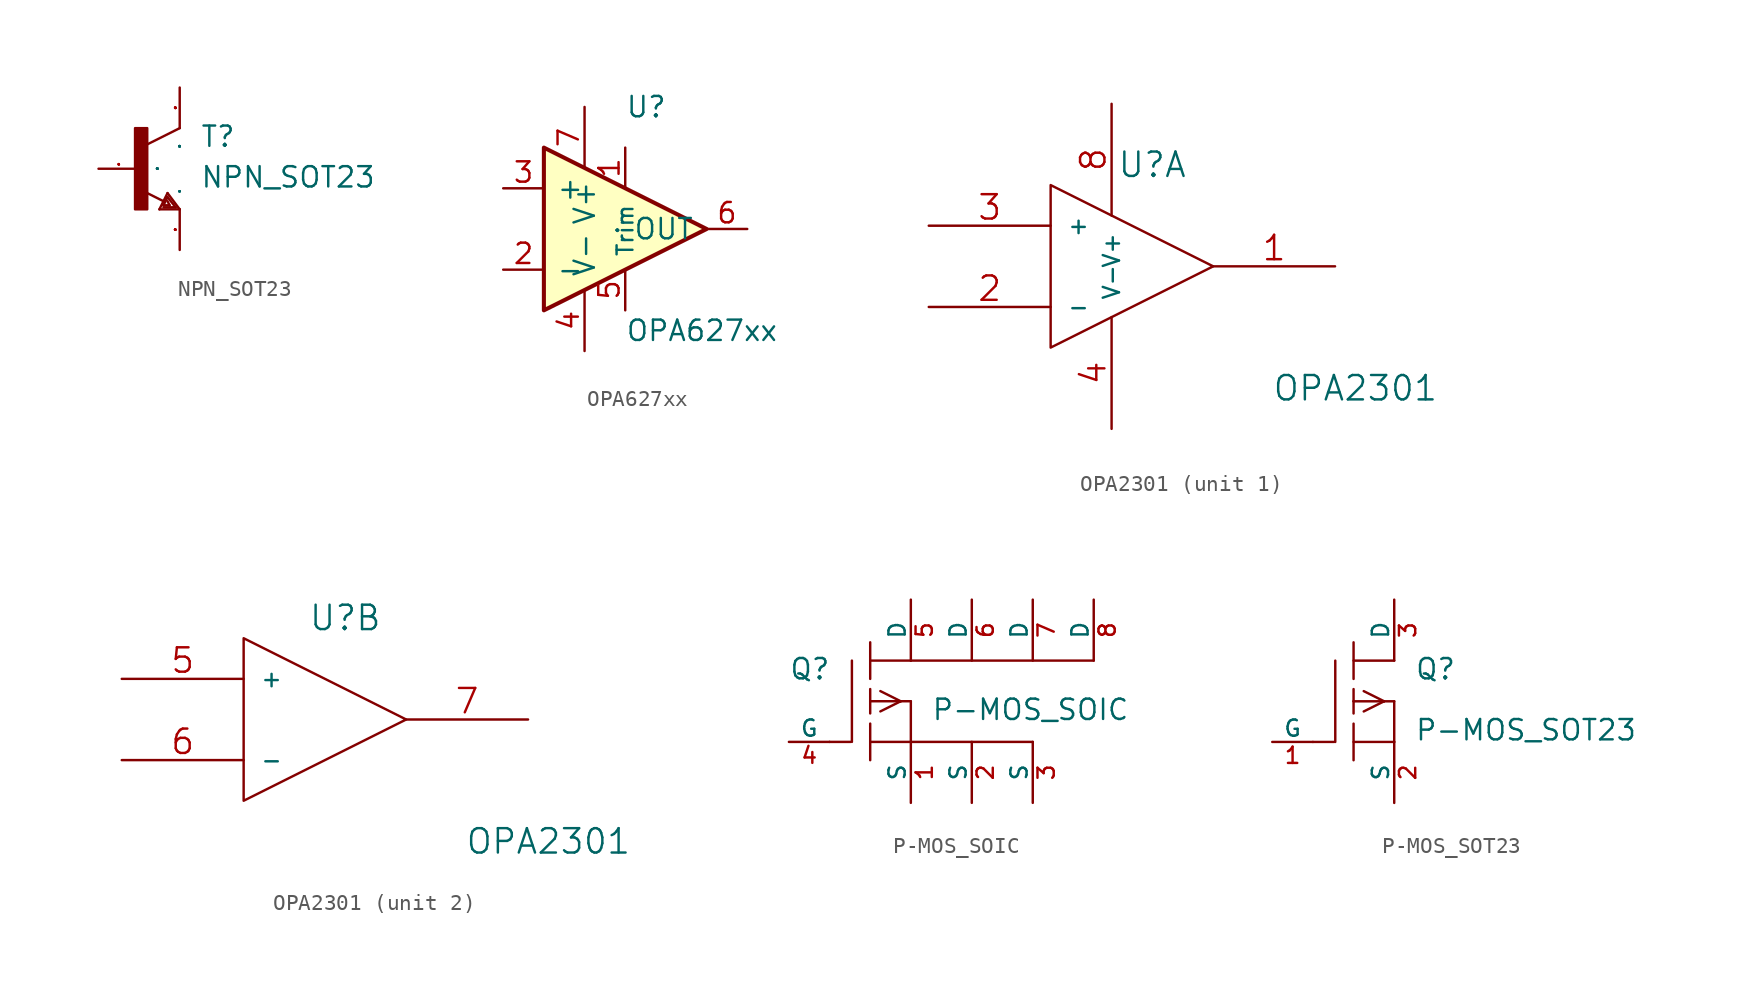
<source format=kicad_sym>
(kicad_symbol_lib
  (version 20211014)
  (generator kicad_symbol_editor)
  (symbol "NPN_SOT23"
    (pin_names
      (offset 1.016))
    (property "Reference" "T"
      (at 3.81 1.27 0)
      (effects (font (size 1.27 1.27)) (justify left bottom)))
    (property "Value" "NPN_SOT23"
      (at 3.81 -1.27 0)
      (effects (font (size 1.27 1.27)) (justify left bottom)))
    (property "Datasheet" ""
      (at 0 0 0)
      (effects (font (size 1.524 1.524))))
    (property "ki_locked" ""
      (at 0 0 0)
      (effects (font (size 1.27 1.27))))
    (symbol "NPN_SOT23_1_0"
      (polyline (pts (xy 1.27 -2.54) (xy 1.778 -1.524)) (stroke (width 0) (type default) (color 0 0 0 0)) (fill (type none)))
      (polyline (pts (xy 1.524 -2.413) (xy 2.286 -2.413)) (stroke (width 0) (type default) (color 0 0 0 0)) (fill (type none)))
      (polyline (pts (xy 1.524 -2.286) (xy 1.905 -2.286)) (stroke (width 0) (type default) (color 0 0 0 0)) (fill (type none)))
      (polyline (pts (xy 1.524 -2.032) (xy 0.305 -1.422)) (stroke (width 0) (type default) (color 0 0 0 0)) (fill (type none)))
      (polyline (pts (xy 1.778 -1.778) (xy 1.524 -2.286)) (stroke (width 0) (type default) (color 0 0 0 0)) (fill (type none)))
      (polyline (pts (xy 1.778 -1.524) (xy 2.54 -2.54)) (stroke (width 0) (type default) (color 0 0 0 0)) (fill (type none)))
      (polyline (pts (xy 1.905 -2.286) (xy 1.778 -2.032)) (stroke (width 0) (type default) (color 0 0 0 0)) (fill (type none)))
      (polyline (pts (xy 2.286 -2.413) (xy 1.778 -1.778)) (stroke (width 0) (type default) (color 0 0 0 0)) (fill (type none)))
      (polyline (pts (xy 2.54 -2.54) (xy 1.27 -2.54)) (stroke (width 0) (type default) (color 0 0 0 0)) (fill (type none)))
      (polyline (pts (xy 2.54 2.54) (xy 0.508 1.524)) (stroke (width 0) (type default) (color 0 0 0 0)) (fill (type none))))
    (symbol "NPN_SOT23_1_1"
      (rectangle (start -0.254 -2.54) (end 0.508 2.54) (stroke (width 0) (type default) (color 0 0 0 0)) (fill (type outline)))
      (pin passive line (at -2.54 0 0) (length 2.54) (name "B" (effects (font (size 0.025 0.025)))) (number "1" (effects (font (size 0.025 0.025)))))
      (pin passive line (at 2.54 -5.08 90) (length 2.54) (name "E" (effects (font (size 0.025 0.025)))) (number "2" (effects (font (size 0.025 0.025)))))
      (pin passive line (at 2.54 5.08 270) (length 2.54) (name "C" (effects (font (size 0.025 0.025)))) (number "3" (effects (font (size 0.025 0.025)))))))
  (symbol "OPA627xx"
    (pin_names
      (offset 0.762))
    (property "Reference" "U"
      (at 0 7.62 0)
      (effects (font (size 1.27 1.27)) (justify left)))
    (property "Value" "OPA627xx"
      (at 0 -6.35 0)
      (effects (font (size 1.27 1.27)) (justify left)))
    (symbol "OPA627xx_0_1"
      (polyline (pts (xy 5.08 0) (xy -5.08 5.08) (xy -5.08 -5.08) (xy 5.08 0)) (stroke (width 0.254) (type default) (color 0 0 0 0)) (fill (type background))))
    (symbol "OPA627xx_1_1"
      (pin passive line (at 0 5.08 270) (length 2.54) (name "~" (effects (font (size 0.991 0.991)))) (number "1" (effects (font (size 1.27 1.27)))))
      (pin input line (at -7.62 -2.54 0) (length 2.54) (name "-" (effects (font (size 1.27 1.27)))) (number "2" (effects (font (size 1.27 1.27)))))
      (pin input line (at -7.62 2.54 0) (length 2.54) (name "+" (effects (font (size 1.27 1.27)))) (number "3" (effects (font (size 1.27 1.27)))))
      (pin power_in line (at -2.54 -7.62 90) (length 3.81) (name "V-" (effects (font (size 1.27 1.27)))) (number "4" (effects (font (size 1.27 1.27)))))
      (pin passive line (at 0 -5.08 90) (length 2.54) (name "Trim" (effects (font (size 0.991 0.991)))) (number "5" (effects (font (size 1.27 1.27)))))
      (pin output line (at 7.62 0 180) (length 2.54) (name "OUT" (effects (font (size 1.27 1.27)))) (number "6" (effects (font (size 1.27 1.27)))))
      (pin power_in line (at -2.54 7.62 270) (length 3.81) (name "V+" (effects (font (size 1.27 1.27)))) (number "7" (effects (font (size 1.27 1.27)))))
      (pin passive line (at 2.54 3.81 270) (length 2.54) hide (name "NC" (effects (font (size 1.27 1.27)))) (number "8" (effects (font (size 1.27 1.27)))))))
  (symbol "OPA2301"
    (pin_names
      (offset 1.016))
    (property "Reference" "U"
      (at 1.27 6.35 0)
      (effects (font (size 1.524 1.524))))
    (property "Value" "OPA2301"
      (at 13.97 -7.62 0)
      (effects (font (size 1.524 1.524))))
    (property "Footprint" ""
      (at 0 0 0)
      (effects (font (size 1.524 1.524))))
    (property "Datasheet" ""
      (at 0 0 0)
      (effects (font (size 1.524 1.524))))
    (symbol "OPA2301_0_1"
      (polyline (pts (xy -5.08 5.08) (xy 5.08 0) (xy -5.08 -5.08) (xy -5.08 5.08)) (stroke (width 0) (type default) (color 0 0 0 0)) (fill (type none))))
    (symbol "OPA2301_1_1"
      (pin output line (at 12.7 0 180) (length 7.62) (name "~" (effects (font (size 1.016 1.016)))) (number "1" (effects (font (size 1.524 1.524)))))
      (pin input line (at -12.7 -2.54 0) (length 7.62) (name "-" (effects (font (size 1.016 1.016)))) (number "2" (effects (font (size 1.524 1.524)))))
      (pin input line (at -12.7 2.54 0) (length 7.62) (name "+" (effects (font (size 1.016 1.016)))) (number "3" (effects (font (size 1.524 1.524)))))
      (pin power_out line (at -1.27 -10.16 90) (length 6.985) (name "V-" (effects (font (size 1.016 1.016)))) (number "4" (effects (font (size 1.524 1.524)))))
      (pin power_in line (at -1.27 10.16 270) (length 6.985) (name "V+" (effects (font (size 1.016 1.016)))) (number "8" (effects (font (size 1.524 1.524))))))
    (symbol "OPA2301_2_1"
      (pin input line (at -12.7 2.54 0) (length 7.62) (name "+" (effects (font (size 1.016 1.016)))) (number "5" (effects (font (size 1.524 1.524)))))
      (pin input line (at -12.7 -2.54 0) (length 7.62) (name "-" (effects (font (size 1.016 1.016)))) (number "6" (effects (font (size 1.524 1.524)))))
      (pin output line (at 12.7 0 180) (length 7.62) (name "~" (effects (font (size 1.016 1.016)))) (number "7" (effects (font (size 1.524 1.524)))))))
  (symbol "P-MOS_SOIC"
    (pin_names
      (offset 0))
    (property "Reference" "Q"
      (at -5.08 1.27 0)
      (effects (font (size 1.27 1.27)) (justify left bottom)))
    (property "Value" "P-MOS_SOIC"
      (at 3.81 -1.27 0)
      (effects (font (size 1.27 1.27)) (justify left bottom)))
    (property "Datasheet" ""
      (at 0 0 0)
      (effects (font (size 1.524 1.524))))
    (symbol "P-MOS_SOIC_0_1"
      (polyline (pts (xy 0 -2.54) (xy 2.54 -2.54)) (stroke (width 0) (type default) (color 0 0 0 0)) (fill (type none)))
      (polyline (pts (xy 0 2.54) (xy 2.54 2.54)) (stroke (width 0) (type default) (color 0 0 0 0)) (fill (type none)))
      (polyline (pts (xy 2.54 -2.54) (xy 6.35 -2.54) (xy 10.16 -2.54)) (stroke (width 0) (type default) (color 0 0 0 0)) (fill (type none)))
      (polyline (pts (xy 2.54 2.54) (xy 6.35 2.54) (xy 10.16 2.54) (xy 13.97 2.54)) (stroke (width 0) (type default) (color 0 0 0 0)) (fill (type none))))
    (symbol "P-MOS_SOIC_1_0"
      (polyline (pts (xy -2.54 -2.54) (xy -1.219 -2.54)) (stroke (width 0) (type default) (color 0 0 0 0)) (fill (type none)))
      (polyline (pts (xy -1.143 2.54) (xy -1.143 -2.54)) (stroke (width 0) (type default) (color 0 0 0 0)) (fill (type none)))
      (polyline (pts (xy 0 -1.397) (xy 0 -3.683)) (stroke (width 0) (type default) (color 0 0 0 0)) (fill (type none)))
      (polyline (pts (xy 0 0) (xy 0 -0.762)) (stroke (width 0) (type default) (color 0 0 0 0)) (fill (type none)))
      (polyline (pts (xy 0 0) (xy 1.905 0)) (stroke (width 0) (type default) (color 0 0 0 0)) (fill (type none)))
      (polyline (pts (xy 0 0.762) (xy 0 0)) (stroke (width 0) (type default) (color 0 0 0 0)) (fill (type none)))
      (polyline (pts (xy 0 3.683) (xy 0 1.397)) (stroke (width 0) (type default) (color 0 0 0 0)) (fill (type none)))
      (polyline (pts (xy 0.635 -0.635) (xy 1.905 0)) (stroke (width 0) (type default) (color 0 0 0 0)) (fill (type none)))
      (polyline (pts (xy 0.635 0.635) (xy 1.905 0)) (stroke (width 0) (type default) (color 0 0 0 0)) (fill (type none)))
      (polyline (pts (xy 1.905 0) (xy 2.54 0)) (stroke (width 0) (type default) (color 0 0 0 0)) (fill (type none)))
      (polyline (pts (xy 2.54 0) (xy 2.54 -2.54)) (stroke (width 0) (type default) (color 0 0 0 0)) (fill (type none))))
    (symbol "P-MOS_SOIC_1_1"
      (pin passive line (at 2.54 -6.35 90) (length 3.81) (name "S" (effects (font (size 1.016 1.016)))) (number "1" (effects (font (size 1.016 1.016)))))
      (pin passive line (at 6.35 -6.35 90) (length 3.81) (name "S" (effects (font (size 1.016 1.016)))) (number "2" (effects (font (size 1.016 1.016)))))
      (pin passive line (at 10.16 -6.35 90) (length 3.81) (name "S" (effects (font (size 1.016 1.016)))) (number "3" (effects (font (size 1.016 1.016)))))
      (pin passive line (at -5.08 -2.54 0) (length 2.54) (name "G" (effects (font (size 1.016 1.016)))) (number "4" (effects (font (size 1.016 1.016)))))
      (pin passive line (at 2.54 6.35 270) (length 3.81) (name "D" (effects (font (size 1.016 1.016)))) (number "5" (effects (font (size 1.016 1.016)))))
      (pin passive line (at 6.35 6.35 270) (length 3.81) (name "D" (effects (font (size 1.016 1.016)))) (number "6" (effects (font (size 1.016 1.016)))))
      (pin passive line (at 10.16 6.35 270) (length 3.81) (name "D" (effects (font (size 1.016 1.016)))) (number "7" (effects (font (size 1.016 1.016)))))
      (pin passive line (at 13.97 6.35 270) (length 3.81) (name "D" (effects (font (size 1.016 1.016)))) (number "8" (effects (font (size 1.016 1.016)))))))
  (symbol "P-MOS_SOT23"
    (pin_names
      (offset 0))
    (property "Reference" "Q"
      (at 3.81 1.27 0)
      (effects (font (size 1.27 1.27)) (justify left bottom)))
    (property "Value" "P-MOS_SOT23"
      (at 3.81 -2.54 0)
      (effects (font (size 1.27 1.27)) (justify left bottom)))
    (property "Datasheet" ""
      (at 0 0 0)
      (effects (font (size 1.524 1.524))))
    (symbol "P-MOS_SOT23_0_1"
      (polyline (pts (xy 0 -2.54) (xy 2.54 -2.54)) (stroke (width 0) (type default) (color 0 0 0 0)) (fill (type none)))
      (polyline (pts (xy 0 2.54) (xy 2.54 2.54)) (stroke (width 0) (type default) (color 0 0 0 0)) (fill (type none))))
    (symbol "P-MOS_SOT23_1_0"
      (polyline (pts (xy -2.54 -2.54) (xy -1.219 -2.54)) (stroke (width 0) (type default) (color 0 0 0 0)) (fill (type none)))
      (polyline (pts (xy -1.143 2.54) (xy -1.143 -2.54)) (stroke (width 0) (type default) (color 0 0 0 0)) (fill (type none)))
      (polyline (pts (xy 0 -1.397) (xy 0 -3.683)) (stroke (width 0) (type default) (color 0 0 0 0)) (fill (type none)))
      (polyline (pts (xy 0 0) (xy 0 -0.762)) (stroke (width 0) (type default) (color 0 0 0 0)) (fill (type none)))
      (polyline (pts (xy 0 0) (xy 1.905 0)) (stroke (width 0) (type default) (color 0 0 0 0)) (fill (type none)))
      (polyline (pts (xy 0 0.762) (xy 0 0)) (stroke (width 0) (type default) (color 0 0 0 0)) (fill (type none)))
      (polyline (pts (xy 0 3.683) (xy 0 1.397)) (stroke (width 0) (type default) (color 0 0 0 0)) (fill (type none)))
      (polyline (pts (xy 0.635 -0.635) (xy 1.905 0)) (stroke (width 0) (type default) (color 0 0 0 0)) (fill (type none)))
      (polyline (pts (xy 0.635 0.635) (xy 1.905 0)) (stroke (width 0) (type default) (color 0 0 0 0)) (fill (type none)))
      (polyline (pts (xy 1.905 0) (xy 2.54 0)) (stroke (width 0) (type default) (color 0 0 0 0)) (fill (type none)))
      (polyline (pts (xy 2.54 0) (xy 2.54 -2.54)) (stroke (width 0) (type default) (color 0 0 0 0)) (fill (type none))))
    (symbol "P-MOS_SOT23_1_1"
      (pin passive line (at -5.08 -2.54 0) (length 2.54) (name "G" (effects (font (size 1.016 1.016)))) (number "1" (effects (font (size 1.016 1.016)))))
      (pin passive line (at 2.54 -6.35 90) (length 3.81) (name "S" (effects (font (size 1.016 1.016)))) (number "2" (effects (font (size 1.016 1.016)))))
      (pin passive line (at 2.54 6.35 270) (length 3.81) (name "D" (effects (font (size 1.016 1.016)))) (number "3" (effects (font (size 1.016 1.016))))))))
</source>
